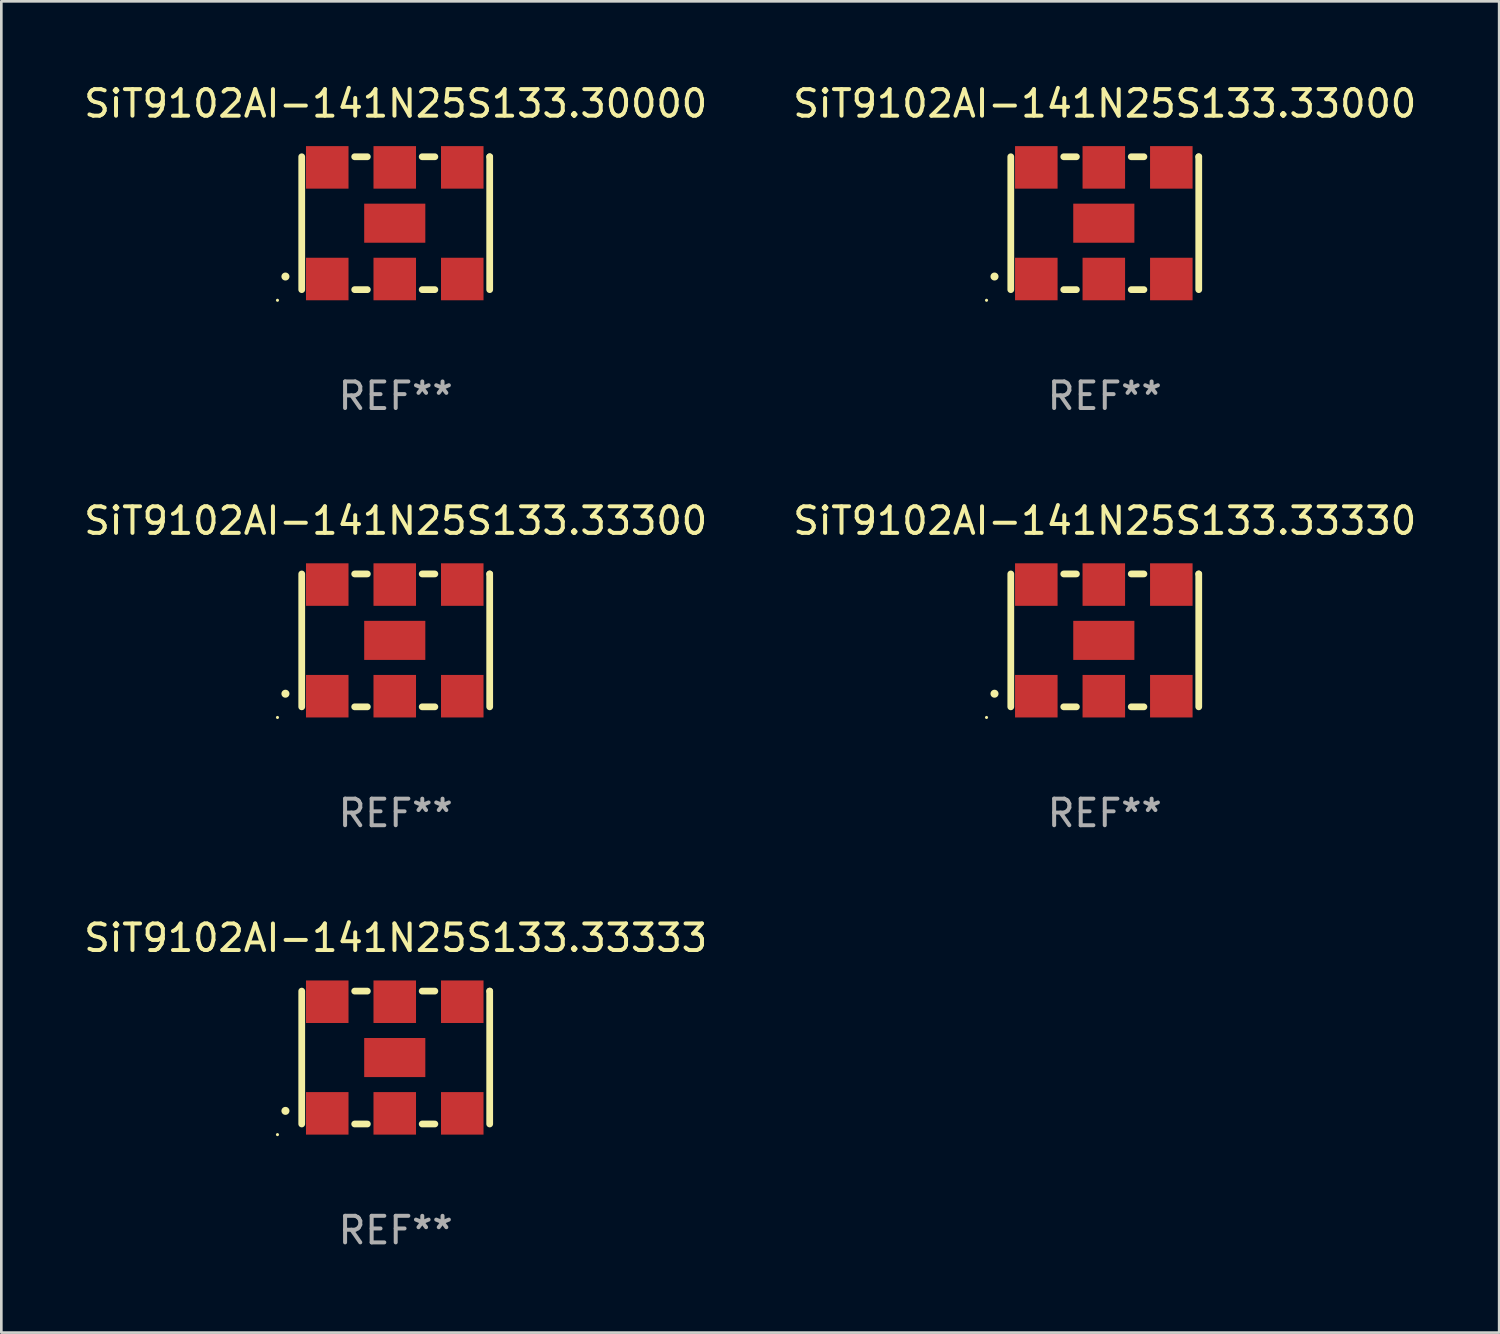
<source format=kicad_pcb>
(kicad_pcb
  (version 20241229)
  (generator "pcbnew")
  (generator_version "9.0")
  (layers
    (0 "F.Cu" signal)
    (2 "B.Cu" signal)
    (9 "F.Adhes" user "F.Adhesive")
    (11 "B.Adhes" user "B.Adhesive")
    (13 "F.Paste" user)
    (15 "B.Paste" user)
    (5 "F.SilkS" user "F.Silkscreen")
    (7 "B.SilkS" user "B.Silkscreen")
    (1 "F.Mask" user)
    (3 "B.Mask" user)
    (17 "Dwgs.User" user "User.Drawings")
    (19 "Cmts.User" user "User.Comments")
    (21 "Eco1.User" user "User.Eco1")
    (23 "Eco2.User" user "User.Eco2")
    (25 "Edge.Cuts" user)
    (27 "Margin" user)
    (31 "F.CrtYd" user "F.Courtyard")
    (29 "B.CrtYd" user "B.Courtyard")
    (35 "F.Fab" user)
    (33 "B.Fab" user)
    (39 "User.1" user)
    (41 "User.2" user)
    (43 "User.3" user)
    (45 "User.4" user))
  (footprint "SiT9102AI-141N25S133.30000"
    (layer "F.Cu")
    (at 11.839 5.348)
    (property "Reference" "SiT9102AI-141N25S133.30000" (at 0 -4.5 0) (layer "F.SilkS") (effects (font (size 1 1) (thickness 0.15))))
    (attr through_hole)
    (fp_line (start -3.536 -2.5) (end -3.536 2.5) (stroke (width 0.254) (type solid)) (layer "F.SilkS"))
    (fp_line (start -1.544 2.5) (end -1.067 2.5) (stroke (width 0.254) (type solid)) (layer "F.SilkS"))
    (fp_line (start -1.067 -2.5) (end -1.544 -2.5) (stroke (width 0.254) (type solid)) (layer "F.SilkS"))
    (fp_line (start 0.996 2.5) (end 1.473 2.5) (stroke (width 0.254) (type solid)) (layer "F.SilkS"))
    (fp_line (start 1.473 -2.5) (end 0.996 -2.5) (stroke (width 0.254) (type solid)) (layer "F.SilkS"))
    (fp_line (start 3.536 -2.5) (end 3.536 -2.5) (stroke (width 0.254) (type solid)) (layer "F.SilkS"))
    (fp_line (start 3.536 2.5) (end 3.536 -2.5) (stroke (width 0.254) (type solid)) (layer "F.SilkS"))
    (fp_arc (start -4.150432 2.006604) (mid -4.149162 2.006599) (end -4.147892 2.006604) (stroke (width 0.3) (type solid)) (layer "F.SilkS"))
    (fp_circle (center -4.449 2.9) (end -4.419 2.9) (stroke (width 0.06) (type solid)) (fill no) (layer "F.SilkS"))
    (fp_text user "REF**" (at 0 6.5 0) (layer "F.Fab") (effects (font (size 1 1) (thickness 0.15))))
    (pad "1" smd rect (at -2.576 2.1) (size 1.6 1.6) (layers "F.Cu" "F.Mask" "F.Paste"))
    (pad "2" smd rect (at -0.036 2.1) (size 1.6 1.6) (layers "F.Cu" "F.Mask" "F.Paste"))
    (pad "3" smd rect (at 2.504 2.1) (size 1.6 1.6) (layers "F.Cu" "F.Mask" "F.Paste"))
    (pad "4" smd rect (at 2.504 -2.1) (size 1.6 1.6) (layers "F.Cu" "F.Mask" "F.Paste"))
    (pad "5" smd rect (at -0.036 -2.1) (size 1.6 1.6) (layers "F.Cu" "F.Mask" "F.Paste"))
    (pad "6" smd rect (at -2.576 -2.1) (size 1.6 1.6) (layers "F.Cu" "F.Mask" "F.Paste"))
    (pad "7" smd rect (at -0.036 0) (size 2.3 1.47) (layers "F.Cu" "F.Mask" "F.Paste")))
  (footprint "SiT9102AI-141N25S133.33333"
    (layer "F.Cu")
    (at 11.839 36.741)
    (property "Reference" "SiT9102AI-141N25S133.33333" (at 0 -4.5 0) (layer "F.SilkS") (effects (font (size 1 1) (thickness 0.15))))
    (attr through_hole)
    (fp_line (start -3.536 -2.5) (end -3.536 2.5) (stroke (width 0.254) (type solid)) (layer "F.SilkS"))
    (fp_line (start -1.544 2.5) (end -1.067 2.5) (stroke (width 0.254) (type solid)) (layer "F.SilkS"))
    (fp_line (start -1.067 -2.5) (end -1.544 -2.5) (stroke (width 0.254) (type solid)) (layer "F.SilkS"))
    (fp_line (start 0.996 2.5) (end 1.473 2.5) (stroke (width 0.254) (type solid)) (layer "F.SilkS"))
    (fp_line (start 1.473 -2.5) (end 0.996 -2.5) (stroke (width 0.254) (type solid)) (layer "F.SilkS"))
    (fp_line (start 3.536 -2.5) (end 3.536 -2.5) (stroke (width 0.254) (type solid)) (layer "F.SilkS"))
    (fp_line (start 3.536 2.5) (end 3.536 -2.5) (stroke (width 0.254) (type solid)) (layer "F.SilkS"))
    (fp_arc (start -4.150432 2.006604) (mid -4.149162 2.006599) (end -4.147892 2.006604) (stroke (width 0.3) (type solid)) (layer "F.SilkS"))
    (fp_circle (center -4.449 2.9) (end -4.419 2.9) (stroke (width 0.06) (type solid)) (fill no) (layer "F.SilkS"))
    (fp_text user "REF**" (at 0 6.5 0) (layer "F.Fab") (effects (font (size 1 1) (thickness 0.15))))
    (pad "1" smd rect (at -2.576 2.1) (size 1.6 1.6) (layers "F.Cu" "F.Mask" "F.Paste"))
    (pad "2" smd rect (at -0.036 2.1) (size 1.6 1.6) (layers "F.Cu" "F.Mask" "F.Paste"))
    (pad "3" smd rect (at 2.504 2.1) (size 1.6 1.6) (layers "F.Cu" "F.Mask" "F.Paste"))
    (pad "4" smd rect (at 2.504 -2.1) (size 1.6 1.6) (layers "F.Cu" "F.Mask" "F.Paste"))
    (pad "5" smd rect (at -0.036 -2.1) (size 1.6 1.6) (layers "F.Cu" "F.Mask" "F.Paste"))
    (pad "6" smd rect (at -2.576 -2.1) (size 1.6 1.6) (layers "F.Cu" "F.Mask" "F.Paste"))
    (pad "7" smd rect (at -0.036 0) (size 2.3 1.47) (layers "F.Cu" "F.Mask" "F.Paste")))
  (footprint "SiT9102AI-141N25S133.33000"
    (layer "F.Cu")
    (at 38.518 5.348)
    (property "Reference" "SiT9102AI-141N25S133.33000" (at 0 -4.5 0) (layer "F.SilkS") (effects (font (size 1 1) (thickness 0.15))))
    (attr through_hole)
    (fp_line (start -3.536 -2.5) (end -3.536 2.5) (stroke (width 0.254) (type solid)) (layer "F.SilkS"))
    (fp_line (start -1.544 2.5) (end -1.067 2.5) (stroke (width 0.254) (type solid)) (layer "F.SilkS"))
    (fp_line (start -1.067 -2.5) (end -1.544 -2.5) (stroke (width 0.254) (type solid)) (layer "F.SilkS"))
    (fp_line (start 0.996 2.5) (end 1.473 2.5) (stroke (width 0.254) (type solid)) (layer "F.SilkS"))
    (fp_line (start 1.473 -2.5) (end 0.996 -2.5) (stroke (width 0.254) (type solid)) (layer "F.SilkS"))
    (fp_line (start 3.536 -2.5) (end 3.536 -2.5) (stroke (width 0.254) (type solid)) (layer "F.SilkS"))
    (fp_line (start 3.536 2.5) (end 3.536 -2.5) (stroke (width 0.254) (type solid)) (layer "F.SilkS"))
    (fp_arc (start -4.150432 2.006604) (mid -4.149162 2.006599) (end -4.147892 2.006604) (stroke (width 0.3) (type solid)) (layer "F.SilkS"))
    (fp_circle (center -4.449 2.9) (end -4.419 2.9) (stroke (width 0.06) (type solid)) (fill no) (layer "F.SilkS"))
    (fp_text user "REF**" (at 0 6.5 0) (layer "F.Fab") (effects (font (size 1 1) (thickness 0.15))))
    (pad "1" smd rect (at -2.576 2.1) (size 1.6 1.6) (layers "F.Cu" "F.Mask" "F.Paste"))
    (pad "2" smd rect (at -0.036 2.1) (size 1.6 1.6) (layers "F.Cu" "F.Mask" "F.Paste"))
    (pad "3" smd rect (at 2.504 2.1) (size 1.6 1.6) (layers "F.Cu" "F.Mask" "F.Paste"))
    (pad "4" smd rect (at 2.504 -2.1) (size 1.6 1.6) (layers "F.Cu" "F.Mask" "F.Paste"))
    (pad "5" smd rect (at -0.036 -2.1) (size 1.6 1.6) (layers "F.Cu" "F.Mask" "F.Paste"))
    (pad "6" smd rect (at -2.576 -2.1) (size 1.6 1.6) (layers "F.Cu" "F.Mask" "F.Paste"))
    (pad "7" smd rect (at -0.036 0) (size 2.3 1.47) (layers "F.Cu" "F.Mask" "F.Paste")))
  (footprint "SiT9102AI-141N25S133.33330"
    (layer "F.Cu")
    (at 38.518 21.045)
    (property "Reference" "SiT9102AI-141N25S133.33330" (at 0 -4.5 0) (layer "F.SilkS") (effects (font (size 1 1) (thickness 0.15))))
    (attr through_hole)
    (fp_line (start -3.536 -2.5) (end -3.536 2.5) (stroke (width 0.254) (type solid)) (layer "F.SilkS"))
    (fp_line (start -1.544 2.5) (end -1.067 2.5) (stroke (width 0.254) (type solid)) (layer "F.SilkS"))
    (fp_line (start -1.067 -2.5) (end -1.544 -2.5) (stroke (width 0.254) (type solid)) (layer "F.SilkS"))
    (fp_line (start 0.996 2.5) (end 1.473 2.5) (stroke (width 0.254) (type solid)) (layer "F.SilkS"))
    (fp_line (start 1.473 -2.5) (end 0.996 -2.5) (stroke (width 0.254) (type solid)) (layer "F.SilkS"))
    (fp_line (start 3.536 -2.5) (end 3.536 -2.5) (stroke (width 0.254) (type solid)) (layer "F.SilkS"))
    (fp_line (start 3.536 2.5) (end 3.536 -2.5) (stroke (width 0.254) (type solid)) (layer "F.SilkS"))
    (fp_arc (start -4.150432 2.006604) (mid -4.149162 2.006599) (end -4.147892 2.006604) (stroke (width 0.3) (type solid)) (layer "F.SilkS"))
    (fp_circle (center -4.449 2.9) (end -4.419 2.9) (stroke (width 0.06) (type solid)) (fill no) (layer "F.SilkS"))
    (fp_text user "REF**" (at 0 6.5 0) (layer "F.Fab") (effects (font (size 1 1) (thickness 0.15))))
    (pad "1" smd rect (at -2.576 2.1) (size 1.6 1.6) (layers "F.Cu" "F.Mask" "F.Paste"))
    (pad "2" smd rect (at -0.036 2.1) (size 1.6 1.6) (layers "F.Cu" "F.Mask" "F.Paste"))
    (pad "3" smd rect (at 2.504 2.1) (size 1.6 1.6) (layers "F.Cu" "F.Mask" "F.Paste"))
    (pad "4" smd rect (at 2.504 -2.1) (size 1.6 1.6) (layers "F.Cu" "F.Mask" "F.Paste"))
    (pad "5" smd rect (at -0.036 -2.1) (size 1.6 1.6) (layers "F.Cu" "F.Mask" "F.Paste"))
    (pad "6" smd rect (at -2.576 -2.1) (size 1.6 1.6) (layers "F.Cu" "F.Mask" "F.Paste"))
    (pad "7" smd rect (at -0.036 0) (size 2.3 1.47) (layers "F.Cu" "F.Mask" "F.Paste")))
  (footprint "SiT9102AI-141N25S133.33300"
    (layer "F.Cu")
    (at 11.839 21.045)
    (property "Reference" "SiT9102AI-141N25S133.33300" (at 0 -4.5 0) (layer "F.SilkS") (effects (font (size 1 1) (thickness 0.15))))
    (attr through_hole)
    (fp_line (start -3.536 -2.5) (end -3.536 2.5) (stroke (width 0.254) (type solid)) (layer "F.SilkS"))
    (fp_line (start -1.544 2.5) (end -1.067 2.5) (stroke (width 0.254) (type solid)) (layer "F.SilkS"))
    (fp_line (start -1.067 -2.5) (end -1.544 -2.5) (stroke (width 0.254) (type solid)) (layer "F.SilkS"))
    (fp_line (start 0.996 2.5) (end 1.473 2.5) (stroke (width 0.254) (type solid)) (layer "F.SilkS"))
    (fp_line (start 1.473 -2.5) (end 0.996 -2.5) (stroke (width 0.254) (type solid)) (layer "F.SilkS"))
    (fp_line (start 3.536 -2.5) (end 3.536 -2.5) (stroke (width 0.254) (type solid)) (layer "F.SilkS"))
    (fp_line (start 3.536 2.5) (end 3.536 -2.5) (stroke (width 0.254) (type solid)) (layer "F.SilkS"))
    (fp_arc (start -4.150432 2.006604) (mid -4.149162 2.006599) (end -4.147892 2.006604) (stroke (width 0.3) (type solid)) (layer "F.SilkS"))
    (fp_circle (center -4.449 2.9) (end -4.419 2.9) (stroke (width 0.06) (type solid)) (fill no) (layer "F.SilkS"))
    (fp_text user "REF**" (at 0 6.5 0) (layer "F.Fab") (effects (font (size 1 1) (thickness 0.15))))
    (pad "1" smd rect (at -2.576 2.1) (size 1.6 1.6) (layers "F.Cu" "F.Mask" "F.Paste"))
    (pad "2" smd rect (at -0.036 2.1) (size 1.6 1.6) (layers "F.Cu" "F.Mask" "F.Paste"))
    (pad "3" smd rect (at 2.504 2.1) (size 1.6 1.6) (layers "F.Cu" "F.Mask" "F.Paste"))
    (pad "4" smd rect (at 2.504 -2.1) (size 1.6 1.6) (layers "F.Cu" "F.Mask" "F.Paste"))
    (pad "5" smd rect (at -0.036 -2.1) (size 1.6 1.6) (layers "F.Cu" "F.Mask" "F.Paste"))
    (pad "6" smd rect (at -2.576 -2.1) (size 1.6 1.6) (layers "F.Cu" "F.Mask" "F.Paste"))
    (pad "7" smd rect (at -0.036 0) (size 2.3 1.47) (layers "F.Cu" "F.Mask" "F.Paste")))
  (gr_rect
    (start -3 -3)
    (end 53.357 47.09)
    (stroke (width 0.1) (type default))
    (fill no)
    (layer "Edge.Cuts")))
</source>
